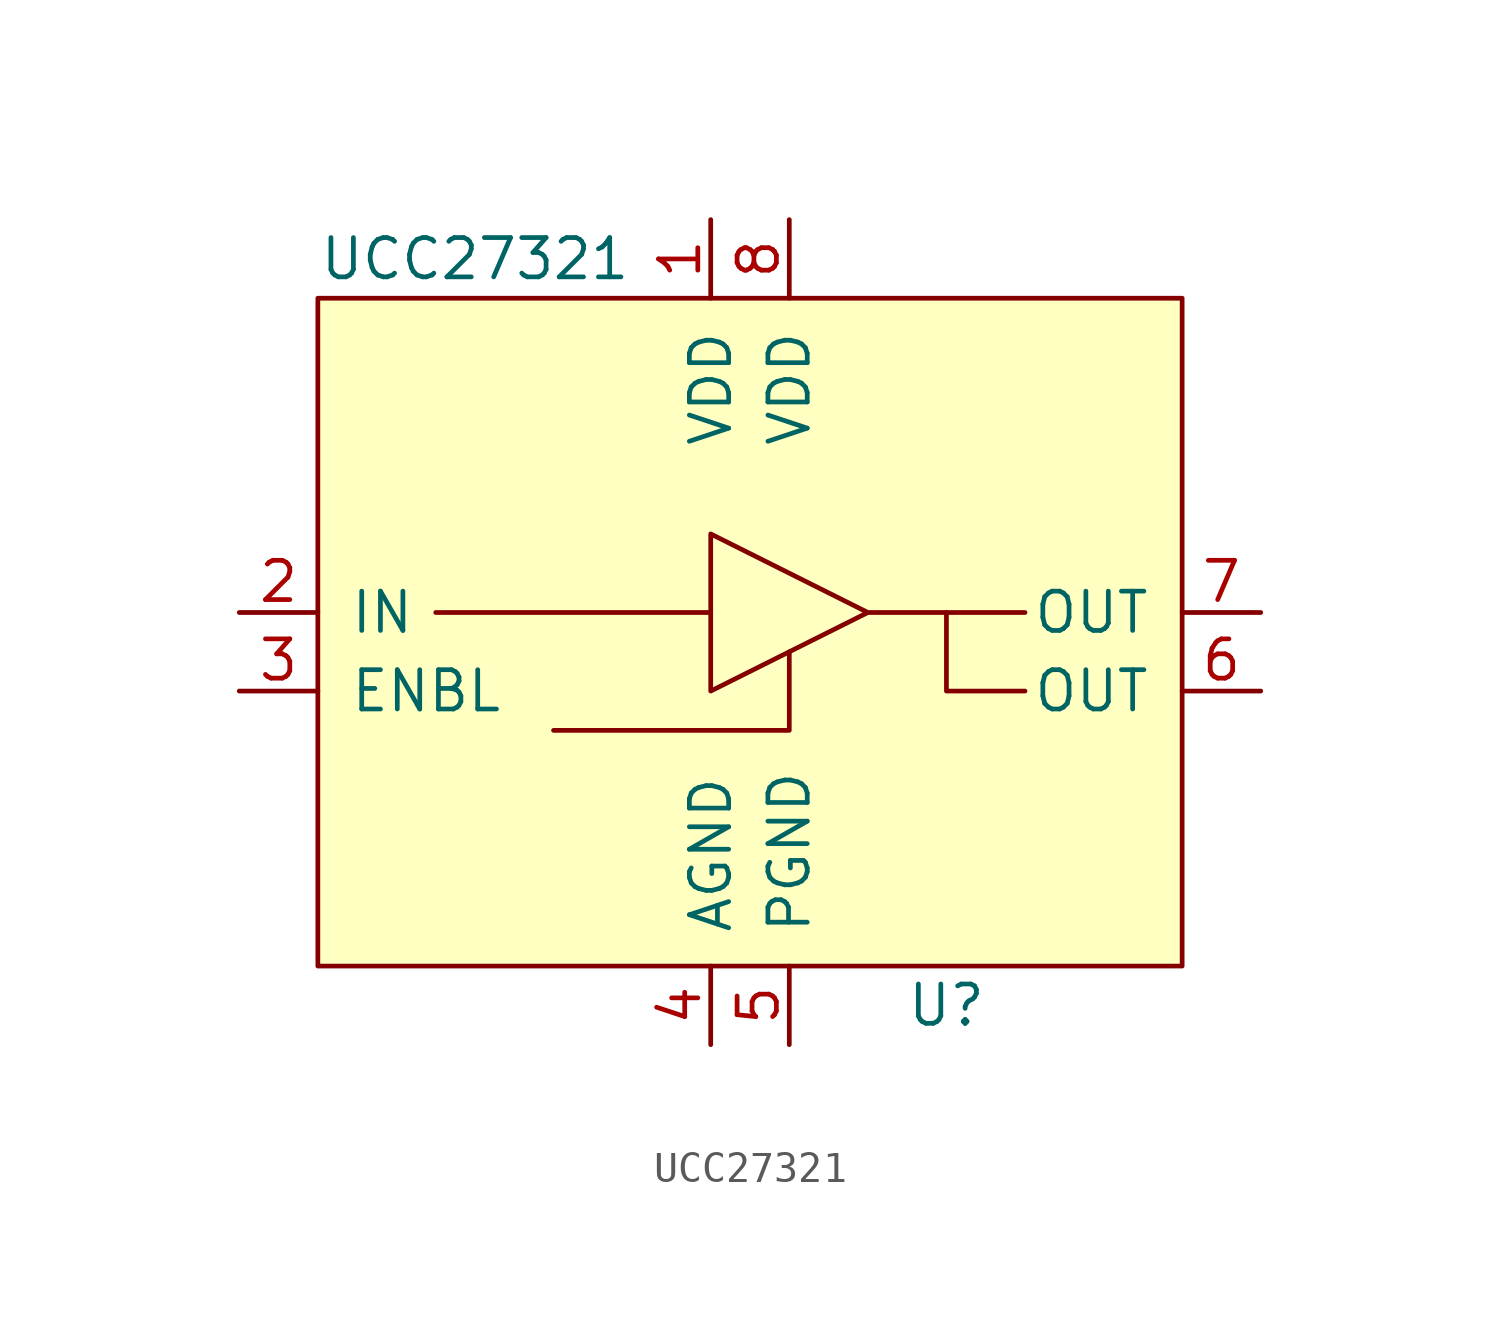
<source format=kicad_sym>
(kicad_symbol_lib
  (version 20211014)
  (generator kicad_symbol_editor)
  (symbol "UCC27321"
    (pin_names
      (offset 1.016))
    (property "Reference" "U"
      (at 6.35 -11.43 0)
      (effects (font (size 1.27 1.27))))
    (property "Value" "UCC27321"
      (at -8.89 12.7 0)
      (effects (font (size 1.27 1.27))))
    (symbol "UCC27321_0_1"
      (rectangle (start -13.97 11.43) (end 13.97 -10.16) (stroke (width 0) (type default) (color 0 0 0 0)) (fill (type background)))
      (polyline (pts (xy -10.16 1.27) (xy -1.27 1.27)) (stroke (width 0) (type default) (color 0 0 0 0)) (fill (type none)))
      (polyline (pts (xy 3.81 1.27) (xy 8.89 1.27)) (stroke (width 0) (type default) (color 0 0 0 0)) (fill (type none)))
      (polyline (pts (xy 1.27 0) (xy 1.27 -2.54) (xy -6.35 -2.54)) (stroke (width 0) (type default) (color 0 0 0 0)) (fill (type none)))
      (polyline (pts (xy 6.35 1.27) (xy 6.35 -1.27) (xy 8.89 -1.27)) (stroke (width 0) (type default) (color 0 0 0 0)) (fill (type none)))
      (polyline (pts (xy -1.27 -1.27) (xy -1.27 3.81) (xy 3.81 1.27) (xy -1.27 -1.27)) (stroke (width 0) (type default) (color 0 0 0 0)) (fill (type none))))
    (symbol "UCC27321_1_1"
      (pin input line (at -1.27 13.97 270) (length 2.54) (name "VDD" (effects (font (size 1.27 1.27)))) (number "1" (effects (font (size 1.27 1.27)))))
      (pin input line (at -16.51 1.27 0) (length 2.54) (name "IN" (effects (font (size 1.27 1.27)))) (number "2" (effects (font (size 1.27 1.27)))))
      (pin input line (at -16.51 -1.27 0) (length 2.54) (name "ENBL" (effects (font (size 1.27 1.27)))) (number "3" (effects (font (size 1.27 1.27)))))
      (pin input line (at -1.27 -12.7 90) (length 2.54) (name "AGND" (effects (font (size 1.27 1.27)))) (number "4" (effects (font (size 1.27 1.27)))))
      (pin input line (at 1.27 -12.7 90) (length 2.54) (name "PGND" (effects (font (size 1.27 1.27)))) (number "5" (effects (font (size 1.27 1.27)))))
      (pin input line (at 16.51 -1.27 180) (length 2.54) (name "OUT" (effects (font (size 1.27 1.27)))) (number "6" (effects (font (size 1.27 1.27)))))
      (pin input line (at 16.51 1.27 180) (length 2.54) (name "OUT" (effects (font (size 1.27 1.27)))) (number "7" (effects (font (size 1.27 1.27)))))
      (pin input line (at 1.27 13.97 270) (length 2.54) (name "VDD" (effects (font (size 1.27 1.27)))) (number "8" (effects (font (size 1.27 1.27))))))))
</source>
